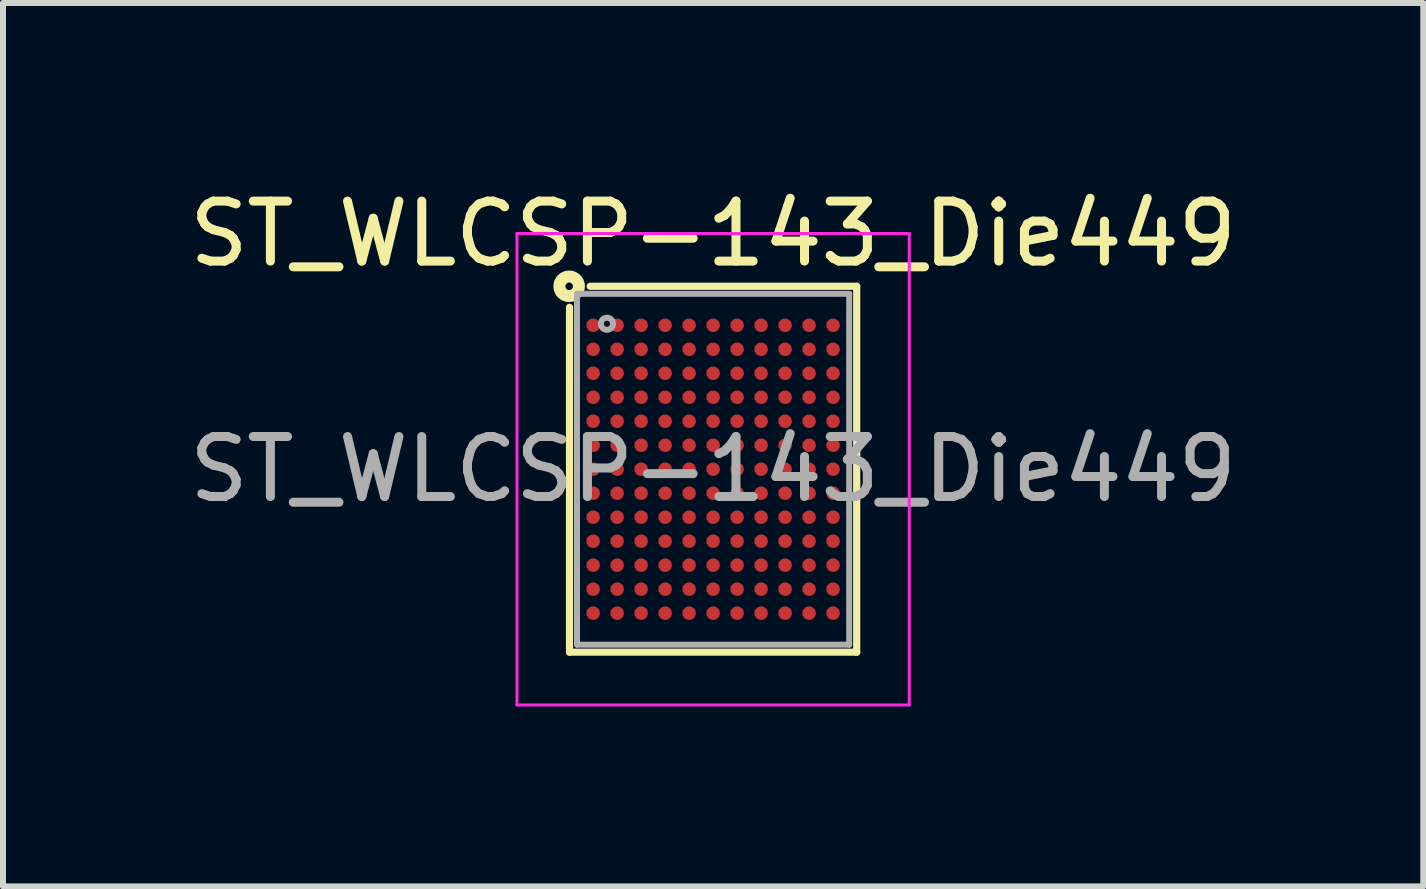
<source format=kicad_pcb>
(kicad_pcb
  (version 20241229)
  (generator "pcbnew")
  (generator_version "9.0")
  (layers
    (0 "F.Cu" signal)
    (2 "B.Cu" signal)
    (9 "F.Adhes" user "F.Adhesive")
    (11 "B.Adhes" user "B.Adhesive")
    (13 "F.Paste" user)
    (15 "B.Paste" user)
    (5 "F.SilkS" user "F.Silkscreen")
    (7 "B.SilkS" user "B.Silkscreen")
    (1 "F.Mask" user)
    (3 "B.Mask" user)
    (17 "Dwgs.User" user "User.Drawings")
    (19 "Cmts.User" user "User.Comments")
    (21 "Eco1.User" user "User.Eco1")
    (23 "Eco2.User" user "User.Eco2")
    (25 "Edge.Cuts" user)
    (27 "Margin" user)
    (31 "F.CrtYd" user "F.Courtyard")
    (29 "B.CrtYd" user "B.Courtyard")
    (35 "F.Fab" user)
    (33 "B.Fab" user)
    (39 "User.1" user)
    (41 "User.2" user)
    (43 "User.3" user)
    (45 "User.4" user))
  (footprint "ST_WLCSP-143_Die449"
    (layer "F.Cu")
    (at 8.839 4.773)
    (property "Reference" "ST_WLCSP-143_Die449" (at 0 -3.925 0) (layer "F.SilkS") (effects (font (size 1 1) (thickness 0.15))))
    (attr smd)
    (fp_line (start -2.394 3.05) (end -2.394 -2.7) (stroke (width 0.12) (type solid)) (layer "F.SilkS"))
    (fp_line (start -2.05 -3.05) (end 2.394 -3.05) (stroke (width 0.12) (type solid)) (layer "F.SilkS"))
    (fp_line (start 2.394 -3.05) (end 2.394 3.05) (stroke (width 0.12) (type solid)) (layer "F.SilkS"))
    (fp_line (start 2.394 3.05) (end -2.394 3.05) (stroke (width 0.12) (type solid)) (layer "F.SilkS"))
    (fp_circle (center -2.4 -3.05) (end -2.337 -3.05) (stroke (width 0.2) (type solid)) (fill no) (layer "F.SilkS"))
    (fp_line (start -3.27 -3.93) (end -3.27 3.93) (stroke (width 0.05) (type solid)) (layer "F.CrtYd"))
    (fp_line (start -3.27 3.93) (end 3.27 3.93) (stroke (width 0.05) (type solid)) (layer "F.CrtYd"))
    (fp_line (start 3.27 -3.93) (end -3.27 -3.93) (stroke (width 0.05) (type solid)) (layer "F.CrtYd"))
    (fp_line (start 3.27 3.93) (end 3.27 -3.93) (stroke (width 0.05) (type solid)) (layer "F.CrtYd"))
    (fp_line (start -2.27 -2.925) (end 2.269 -2.925) (stroke (width 0.1) (type solid)) (layer "F.Fab"))
    (fp_line (start -2.269 2.925) (end -2.27 -2.925) (stroke (width 0.1) (type solid)) (layer "F.Fab"))
    (fp_line (start 2.269 -2.925) (end 2.269 2.925) (stroke (width 0.1) (type solid)) (layer "F.Fab"))
    (fp_line (start 2.269 2.925) (end -2.269 2.925) (stroke (width 0.1) (type solid)) (layer "F.Fab"))
    (fp_circle (center -1.77 -2.425) (end -1.669 -2.425) (stroke (width 0.1) (type solid)) (fill no) (layer "F.Fab"))
    (fp_text user "${REFERENCE}" (at 0 0 0) (layer "F.Fab") (effects (font (size 1 1) (thickness 0.15))))
    (pad "A1" smd circle (at -2 -2.4) (size 0.225 0.225) (layers "F.Cu" "F.Mask" "F.Paste"))
    (pad "A2" smd circle (at -1.6 -2.4) (size 0.225 0.225) (layers "F.Cu" "F.Mask" "F.Paste"))
    (pad "A3" smd circle (at -1.2 -2.4) (size 0.225 0.225) (layers "F.Cu" "F.Mask" "F.Paste"))
    (pad "A4" smd circle (at -0.8 -2.4) (size 0.225 0.225) (layers "F.Cu" "F.Mask" "F.Paste"))
    (pad "A5" smd circle (at -0.4 -2.4) (size 0.225 0.225) (layers "F.Cu" "F.Mask" "F.Paste"))
    (pad "A6" smd circle (at 0 -2.4) (size 0.225 0.225) (layers "F.Cu" "F.Mask" "F.Paste"))
    (pad "A7" smd circle (at 0.4 -2.4) (size 0.225 0.225) (layers "F.Cu" "F.Mask" "F.Paste"))
    (pad "A8" smd circle (at 0.8 -2.4) (size 0.225 0.225) (layers "F.Cu" "F.Mask" "F.Paste"))
    (pad "A9" smd circle (at 1.2 -2.4) (size 0.225 0.225) (layers "F.Cu" "F.Mask" "F.Paste"))
    (pad "A10" smd circle (at 1.6 -2.4) (size 0.225 0.225) (layers "F.Cu" "F.Mask" "F.Paste"))
    (pad "A11" smd circle (at 2 -2.4) (size 0.225 0.225) (layers "F.Cu" "F.Mask" "F.Paste"))
    (pad "B1" smd circle (at -2 -2) (size 0.225 0.225) (layers "F.Cu" "F.Mask" "F.Paste"))
    (pad "B2" smd circle (at -1.6 -2) (size 0.225 0.225) (layers "F.Cu" "F.Mask" "F.Paste"))
    (pad "B3" smd circle (at -1.2 -2) (size 0.225 0.225) (layers "F.Cu" "F.Mask" "F.Paste"))
    (pad "B4" smd circle (at -0.8 -2) (size 0.225 0.225) (layers "F.Cu" "F.Mask" "F.Paste"))
    (pad "B5" smd circle (at -0.4 -2) (size 0.225 0.225) (layers "F.Cu" "F.Mask" "F.Paste"))
    (pad "B6" smd circle (at 0 -2) (size 0.225 0.225) (layers "F.Cu" "F.Mask" "F.Paste"))
    (pad "B7" smd circle (at 0.4 -2) (size 0.225 0.225) (layers "F.Cu" "F.Mask" "F.Paste"))
    (pad "B8" smd circle (at 0.8 -2) (size 0.225 0.225) (layers "F.Cu" "F.Mask" "F.Paste"))
    (pad "B9" smd circle (at 1.2 -2) (size 0.225 0.225) (layers "F.Cu" "F.Mask" "F.Paste"))
    (pad "B10" smd circle (at 1.6 -2) (size 0.225 0.225) (layers "F.Cu" "F.Mask" "F.Paste"))
    (pad "B11" smd circle (at 2 -2) (size 0.225 0.225) (layers "F.Cu" "F.Mask" "F.Paste"))
    (pad "C1" smd circle (at -2 -1.6) (size 0.225 0.225) (layers "F.Cu" "F.Mask" "F.Paste"))
    (pad "C2" smd circle (at -1.6 -1.6) (size 0.225 0.225) (layers "F.Cu" "F.Mask" "F.Paste"))
    (pad "C3" smd circle (at -1.2 -1.6) (size 0.225 0.225) (layers "F.Cu" "F.Mask" "F.Paste"))
    (pad "C4" smd circle (at -0.8 -1.6) (size 0.225 0.225) (layers "F.Cu" "F.Mask" "F.Paste"))
    (pad "C5" smd circle (at -0.4 -1.6) (size 0.225 0.225) (layers "F.Cu" "F.Mask" "F.Paste"))
    (pad "C6" smd circle (at 0 -1.6) (size 0.225 0.225) (layers "F.Cu" "F.Mask" "F.Paste"))
    (pad "C7" smd circle (at 0.4 -1.6) (size 0.225 0.225) (layers "F.Cu" "F.Mask" "F.Paste"))
    (pad "C8" smd circle (at 0.8 -1.6) (size 0.225 0.225) (layers "F.Cu" "F.Mask" "F.Paste"))
    (pad "C9" smd circle (at 1.2 -1.6) (size 0.225 0.225) (layers "F.Cu" "F.Mask" "F.Paste"))
    (pad "C10" smd circle (at 1.6 -1.6) (size 0.225 0.225) (layers "F.Cu" "F.Mask" "F.Paste"))
    (pad "C11" smd circle (at 2 -1.6) (size 0.225 0.225) (layers "F.Cu" "F.Mask" "F.Paste"))
    (pad "D1" smd circle (at -2 -1.2) (size 0.225 0.225) (layers "F.Cu" "F.Mask" "F.Paste"))
    (pad "D2" smd circle (at -1.6 -1.2) (size 0.225 0.225) (layers "F.Cu" "F.Mask" "F.Paste"))
    (pad "D3" smd circle (at -1.2 -1.2) (size 0.225 0.225) (layers "F.Cu" "F.Mask" "F.Paste"))
    (pad "D4" smd circle (at -0.8 -1.2) (size 0.225 0.225) (layers "F.Cu" "F.Mask" "F.Paste"))
    (pad "D5" smd circle (at -0.4 -1.2) (size 0.225 0.225) (layers "F.Cu" "F.Mask" "F.Paste"))
    (pad "D6" smd circle (at 0 -1.2) (size 0.225 0.225) (layers "F.Cu" "F.Mask" "F.Paste"))
    (pad "D7" smd circle (at 0.4 -1.2) (size 0.225 0.225) (layers "F.Cu" "F.Mask" "F.Paste"))
    (pad "D8" smd circle (at 0.8 -1.2) (size 0.225 0.225) (layers "F.Cu" "F.Mask" "F.Paste"))
    (pad "D9" smd circle (at 1.2 -1.2) (size 0.225 0.225) (layers "F.Cu" "F.Mask" "F.Paste"))
    (pad "D10" smd circle (at 1.6 -1.2) (size 0.225 0.225) (layers "F.Cu" "F.Mask" "F.Paste"))
    (pad "D11" smd circle (at 2 -1.2) (size 0.225 0.225) (layers "F.Cu" "F.Mask" "F.Paste"))
    (pad "E1" smd circle (at -2 -0.8) (size 0.225 0.225) (layers "F.Cu" "F.Mask" "F.Paste"))
    (pad "E2" smd circle (at -1.6 -0.8) (size 0.225 0.225) (layers "F.Cu" "F.Mask" "F.Paste"))
    (pad "E3" smd circle (at -1.2 -0.8) (size 0.225 0.225) (layers "F.Cu" "F.Mask" "F.Paste"))
    (pad "E4" smd circle (at -0.8 -0.8) (size 0.225 0.225) (layers "F.Cu" "F.Mask" "F.Paste"))
    (pad "E5" smd circle (at -0.4 -0.8) (size 0.225 0.225) (layers "F.Cu" "F.Mask" "F.Paste"))
    (pad "E6" smd circle (at 0 -0.8) (size 0.225 0.225) (layers "F.Cu" "F.Mask" "F.Paste"))
    (pad "E7" smd circle (at 0.4 -0.8) (size 0.225 0.225) (layers "F.Cu" "F.Mask" "F.Paste"))
    (pad "E8" smd circle (at 0.8 -0.8) (size 0.225 0.225) (layers "F.Cu" "F.Mask" "F.Paste"))
    (pad "E9" smd circle (at 1.2 -0.8) (size 0.225 0.225) (layers "F.Cu" "F.Mask" "F.Paste"))
    (pad "E10" smd circle (at 1.6 -0.8) (size 0.225 0.225) (layers "F.Cu" "F.Mask" "F.Paste"))
    (pad "E11" smd circle (at 2 -0.8) (size 0.225 0.225) (layers "F.Cu" "F.Mask" "F.Paste"))
    (pad "F1" smd circle (at -2 -0.4) (size 0.225 0.225) (layers "F.Cu" "F.Mask" "F.Paste"))
    (pad "F2" smd circle (at -1.6 -0.4) (size 0.225 0.225) (layers "F.Cu" "F.Mask" "F.Paste"))
    (pad "F3" smd circle (at -1.2 -0.4) (size 0.225 0.225) (layers "F.Cu" "F.Mask" "F.Paste"))
    (pad "F4" smd circle (at -0.8 -0.4) (size 0.225 0.225) (layers "F.Cu" "F.Mask" "F.Paste"))
    (pad "F5" smd circle (at -0.4 -0.4) (size 0.225 0.225) (layers "F.Cu" "F.Mask" "F.Paste"))
    (pad "F6" smd circle (at 0 -0.4) (size 0.225 0.225) (layers "F.Cu" "F.Mask" "F.Paste"))
    (pad "F7" smd circle (at 0.4 -0.4) (size 0.225 0.225) (layers "F.Cu" "F.Mask" "F.Paste"))
    (pad "F8" smd circle (at 0.8 -0.4) (size 0.225 0.225) (layers "F.Cu" "F.Mask" "F.Paste"))
    (pad "F9" smd circle (at 1.2 -0.4) (size 0.225 0.225) (layers "F.Cu" "F.Mask" "F.Paste"))
    (pad "F10" smd circle (at 1.6 -0.4) (size 0.225 0.225) (layers "F.Cu" "F.Mask" "F.Paste"))
    (pad "F11" smd circle (at 2 -0.4) (size 0.225 0.225) (layers "F.Cu" "F.Mask" "F.Paste"))
    (pad "G1" smd circle (at -2 0) (size 0.225 0.225) (layers "F.Cu" "F.Mask" "F.Paste"))
    (pad "G2" smd circle (at -1.6 0) (size 0.225 0.225) (layers "F.Cu" "F.Mask" "F.Paste"))
    (pad "G3" smd circle (at -1.2 0) (size 0.225 0.225) (layers "F.Cu" "F.Mask" "F.Paste"))
    (pad "G4" smd circle (at -0.8 0) (size 0.225 0.225) (layers "F.Cu" "F.Mask" "F.Paste"))
    (pad "G5" smd circle (at -0.4 0) (size 0.225 0.225) (layers "F.Cu" "F.Mask" "F.Paste"))
    (pad "G6" smd circle (at 0 0) (size 0.225 0.225) (layers "F.Cu" "F.Mask" "F.Paste"))
    (pad "G7" smd circle (at 0.4 0) (size 0.225 0.225) (layers "F.Cu" "F.Mask" "F.Paste"))
    (pad "G8" smd circle (at 0.8 0) (size 0.225 0.225) (layers "F.Cu" "F.Mask" "F.Paste"))
    (pad "G9" smd circle (at 1.2 0) (size 0.225 0.225) (layers "F.Cu" "F.Mask" "F.Paste"))
    (pad "G10" smd circle (at 1.6 0) (size 0.225 0.225) (layers "F.Cu" "F.Mask" "F.Paste"))
    (pad "G11" smd circle (at 2 0) (size 0.225 0.225) (layers "F.Cu" "F.Mask" "F.Paste"))
    (pad "H1" smd circle (at -2 0.4) (size 0.225 0.225) (layers "F.Cu" "F.Mask" "F.Paste"))
    (pad "H2" smd circle (at -1.6 0.4) (size 0.225 0.225) (layers "F.Cu" "F.Mask" "F.Paste"))
    (pad "H3" smd circle (at -1.2 0.4) (size 0.225 0.225) (layers "F.Cu" "F.Mask" "F.Paste"))
    (pad "H4" smd circle (at -0.8 0.4) (size 0.225 0.225) (layers "F.Cu" "F.Mask" "F.Paste"))
    (pad "H5" smd circle (at -0.4 0.4) (size 0.225 0.225) (layers "F.Cu" "F.Mask" "F.Paste"))
    (pad "H6" smd circle (at 0 0.4) (size 0.225 0.225) (layers "F.Cu" "F.Mask" "F.Paste"))
    (pad "H7" smd circle (at 0.4 0.4) (size 0.225 0.225) (layers "F.Cu" "F.Mask" "F.Paste"))
    (pad "H8" smd circle (at 0.8 0.4) (size 0.225 0.225) (layers "F.Cu" "F.Mask" "F.Paste"))
    (pad "H9" smd circle (at 1.2 0.4) (size 0.225 0.225) (layers "F.Cu" "F.Mask" "F.Paste"))
    (pad "H10" smd circle (at 1.6 0.4) (size 0.225 0.225) (layers "F.Cu" "F.Mask" "F.Paste"))
    (pad "H11" smd circle (at 2 0.4) (size 0.225 0.225) (layers "F.Cu" "F.Mask" "F.Paste"))
    (pad "J1" smd circle (at -2 0.8) (size 0.225 0.225) (layers "F.Cu" "F.Mask" "F.Paste"))
    (pad "J2" smd circle (at -1.6 0.8) (size 0.225 0.225) (layers "F.Cu" "F.Mask" "F.Paste"))
    (pad "J3" smd circle (at -1.2 0.8) (size 0.225 0.225) (layers "F.Cu" "F.Mask" "F.Paste"))
    (pad "J4" smd circle (at -0.8 0.8) (size 0.225 0.225) (layers "F.Cu" "F.Mask" "F.Paste"))
    (pad "J5" smd circle (at -0.4 0.8) (size 0.225 0.225) (layers "F.Cu" "F.Mask" "F.Paste"))
    (pad "J6" smd circle (at 0 0.8) (size 0.225 0.225) (layers "F.Cu" "F.Mask" "F.Paste"))
    (pad "J7" smd circle (at 0.4 0.8) (size 0.225 0.225) (layers "F.Cu" "F.Mask" "F.Paste"))
    (pad "J8" smd circle (at 0.8 0.8) (size 0.225 0.225) (layers "F.Cu" "F.Mask" "F.Paste"))
    (pad "J9" smd circle (at 1.2 0.8) (size 0.225 0.225) (layers "F.Cu" "F.Mask" "F.Paste"))
    (pad "J10" smd circle (at 1.6 0.8) (size 0.225 0.225) (layers "F.Cu" "F.Mask" "F.Paste"))
    (pad "J11" smd circle (at 2 0.8) (size 0.225 0.225) (layers "F.Cu" "F.Mask" "F.Paste"))
    (pad "K1" smd circle (at -2 1.2) (size 0.225 0.225) (layers "F.Cu" "F.Mask" "F.Paste"))
    (pad "K2" smd circle (at -1.6 1.2) (size 0.225 0.225) (layers "F.Cu" "F.Mask" "F.Paste"))
    (pad "K3" smd circle (at -1.2 1.2) (size 0.225 0.225) (layers "F.Cu" "F.Mask" "F.Paste"))
    (pad "K4" smd circle (at -0.8 1.2) (size 0.225 0.225) (layers "F.Cu" "F.Mask" "F.Paste"))
    (pad "K5" smd circle (at -0.4 1.2) (size 0.225 0.225) (layers "F.Cu" "F.Mask" "F.Paste"))
    (pad "K6" smd circle (at 0 1.2) (size 0.225 0.225) (layers "F.Cu" "F.Mask" "F.Paste"))
    (pad "K7" smd circle (at 0.4 1.2) (size 0.225 0.225) (layers "F.Cu" "F.Mask" "F.Paste"))
    (pad "K8" smd circle (at 0.8 1.2) (size 0.225 0.225) (layers "F.Cu" "F.Mask" "F.Paste"))
    (pad "K9" smd circle (at 1.2 1.2) (size 0.225 0.225) (layers "F.Cu" "F.Mask" "F.Paste"))
    (pad "K10" smd circle (at 1.6 1.2) (size 0.225 0.225) (layers "F.Cu" "F.Mask" "F.Paste"))
    (pad "K11" smd circle (at 2 1.2) (size 0.225 0.225) (layers "F.Cu" "F.Mask" "F.Paste"))
    (pad "L1" smd circle (at -2 1.6) (size 0.225 0.225) (layers "F.Cu" "F.Mask" "F.Paste"))
    (pad "L2" smd circle (at -1.6 1.6) (size 0.225 0.225) (layers "F.Cu" "F.Mask" "F.Paste"))
    (pad "L3" smd circle (at -1.2 1.6) (size 0.225 0.225) (layers "F.Cu" "F.Mask" "F.Paste"))
    (pad "L4" smd circle (at -0.8 1.6) (size 0.225 0.225) (layers "F.Cu" "F.Mask" "F.Paste"))
    (pad "L5" smd circle (at -0.4 1.6) (size 0.225 0.225) (layers "F.Cu" "F.Mask" "F.Paste"))
    (pad "L6" smd circle (at 0 1.6) (size 0.225 0.225) (layers "F.Cu" "F.Mask" "F.Paste"))
    (pad "L7" smd circle (at 0.4 1.6) (size 0.225 0.225) (layers "F.Cu" "F.Mask" "F.Paste"))
    (pad "L8" smd circle (at 0.8 1.6) (size 0.225 0.225) (layers "F.Cu" "F.Mask" "F.Paste"))
    (pad "L9" smd circle (at 1.2 1.6) (size 0.225 0.225) (layers "F.Cu" "F.Mask" "F.Paste"))
    (pad "L10" smd circle (at 1.6 1.6) (size 0.225 0.225) (layers "F.Cu" "F.Mask" "F.Paste"))
    (pad "L11" smd circle (at 2 1.6) (size 0.225 0.225) (layers "F.Cu" "F.Mask" "F.Paste"))
    (pad "M1" smd circle (at -2 2) (size 0.225 0.225) (layers "F.Cu" "F.Mask" "F.Paste"))
    (pad "M2" smd circle (at -1.6 2) (size 0.225 0.225) (layers "F.Cu" "F.Mask" "F.Paste"))
    (pad "M3" smd circle (at -1.2 2) (size 0.225 0.225) (layers "F.Cu" "F.Mask" "F.Paste"))
    (pad "M4" smd circle (at -0.8 2) (size 0.225 0.225) (layers "F.Cu" "F.Mask" "F.Paste"))
    (pad "M5" smd circle (at -0.4 2) (size 0.225 0.225) (layers "F.Cu" "F.Mask" "F.Paste"))
    (pad "M6" smd circle (at 0 2) (size 0.225 0.225) (layers "F.Cu" "F.Mask" "F.Paste"))
    (pad "M7" smd circle (at 0.4 2) (size 0.225 0.225) (layers "F.Cu" "F.Mask" "F.Paste"))
    (pad "M8" smd circle (at 0.8 2) (size 0.225 0.225) (layers "F.Cu" "F.Mask" "F.Paste"))
    (pad "M9" smd circle (at 1.2 2) (size 0.225 0.225) (layers "F.Cu" "F.Mask" "F.Paste"))
    (pad "M10" smd circle (at 1.6 2) (size 0.225 0.225) (layers "F.Cu" "F.Mask" "F.Paste"))
    (pad "M11" smd circle (at 2 2) (size 0.225 0.225) (layers "F.Cu" "F.Mask" "F.Paste"))
    (pad "N1" smd circle (at -2 2.4) (size 0.225 0.225) (layers "F.Cu" "F.Mask" "F.Paste"))
    (pad "N2" smd circle (at -1.6 2.4) (size 0.225 0.225) (layers "F.Cu" "F.Mask" "F.Paste"))
    (pad "N3" smd circle (at -1.2 2.4) (size 0.225 0.225) (layers "F.Cu" "F.Mask" "F.Paste"))
    (pad "N4" smd circle (at -0.8 2.4) (size 0.225 0.225) (layers "F.Cu" "F.Mask" "F.Paste"))
    (pad "N5" smd circle (at -0.4 2.4) (size 0.225 0.225) (layers "F.Cu" "F.Mask" "F.Paste"))
    (pad "N6" smd circle (at 0 2.4) (size 0.225 0.225) (layers "F.Cu" "F.Mask" "F.Paste"))
    (pad "N7" smd circle (at 0.4 2.4) (size 0.225 0.225) (layers "F.Cu" "F.Mask" "F.Paste"))
    (pad "N8" smd circle (at 0.8 2.4) (size 0.225 0.225) (layers "F.Cu" "F.Mask" "F.Paste"))
    (pad "N9" smd circle (at 1.2 2.4) (size 0.225 0.225) (layers "F.Cu" "F.Mask" "F.Paste"))
    (pad "N10" smd circle (at 1.6 2.4) (size 0.225 0.225) (layers "F.Cu" "F.Mask" "F.Paste"))
    (pad "N11" smd circle (at 2 2.4) (size 0.225 0.225) (layers "F.Cu" "F.Mask" "F.Paste")))
  (gr_rect
    (start -3 -3)
    (end 20.679 11.728)
    (stroke (width 0.1) (type default))
    (fill no)
    (layer "Edge.Cuts")))
</source>
